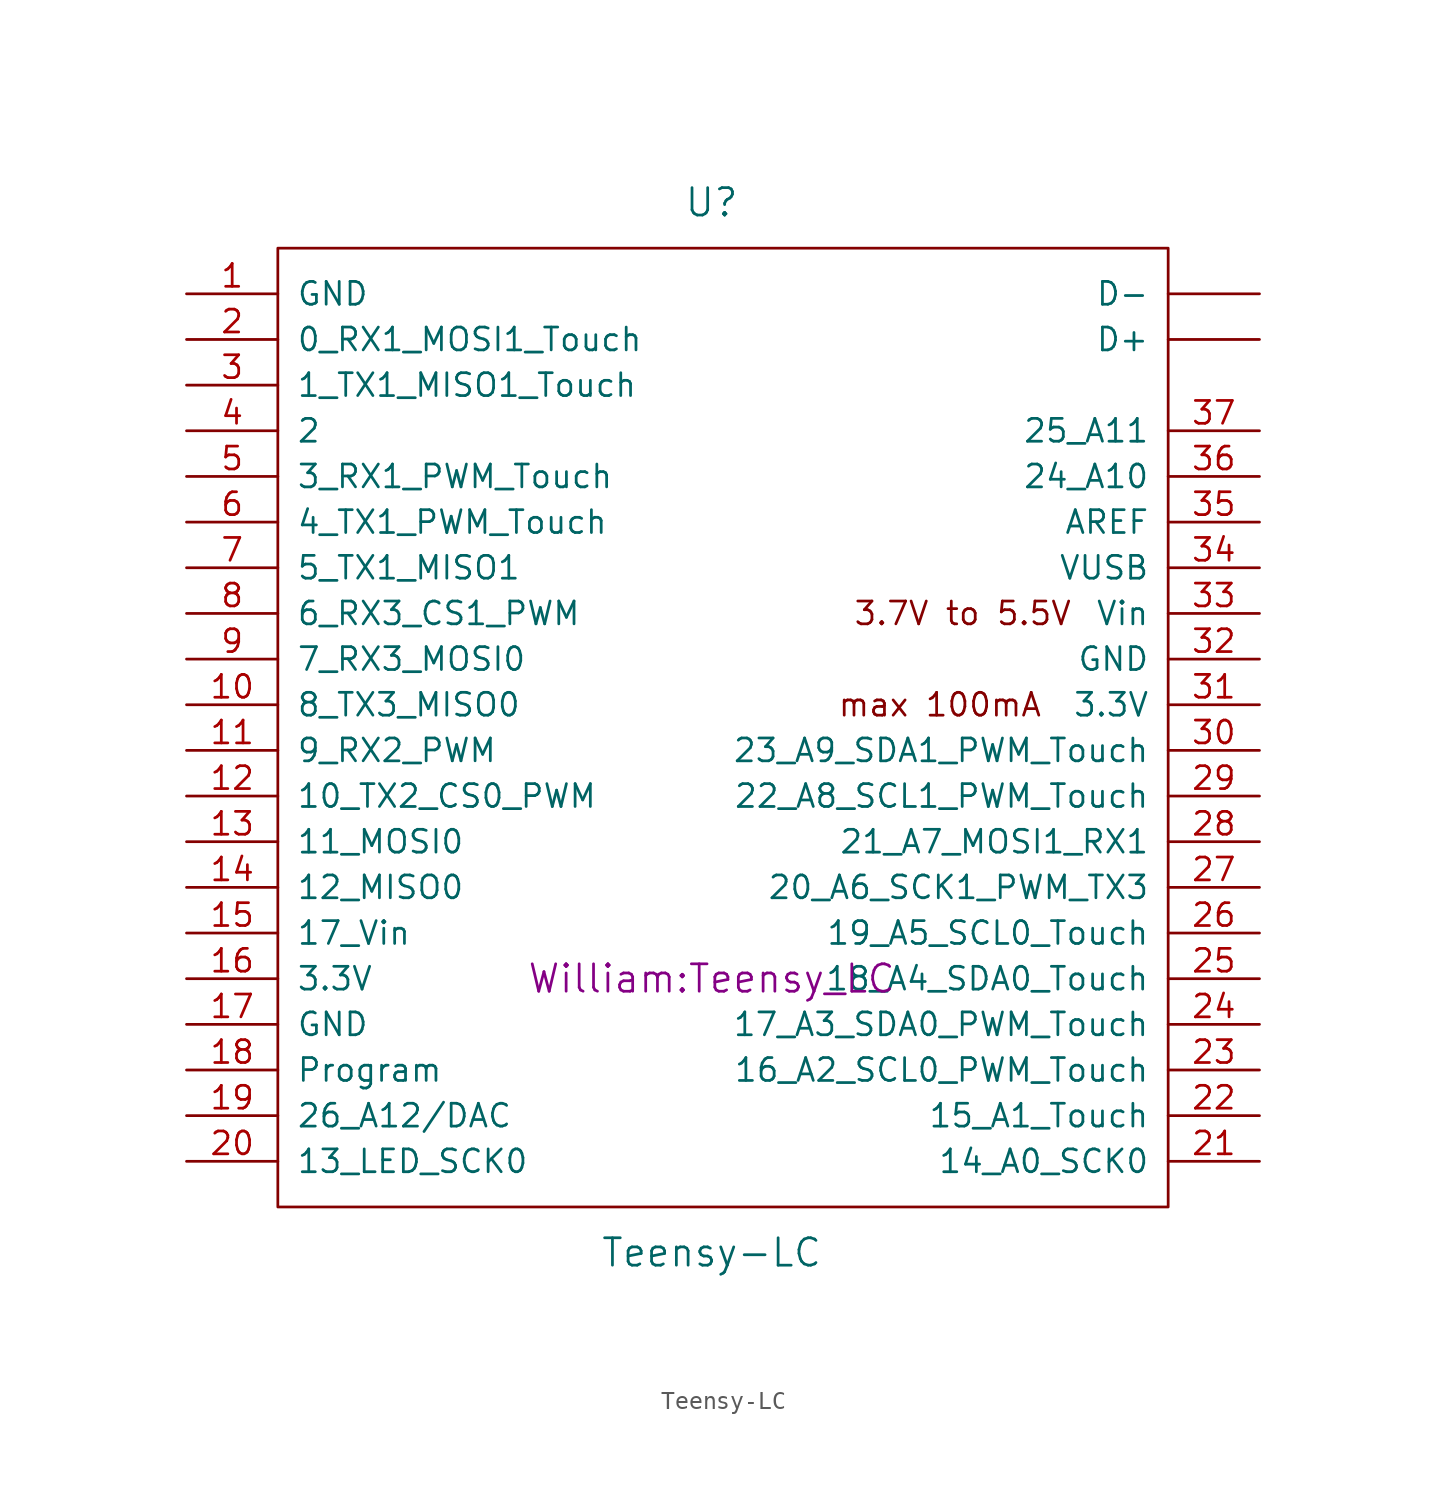
<source format=kicad_sym>
(kicad_symbol_lib
  (version 20211014)
  (generator kicad_symbol_editor)
  (symbol "Teensy-LC"
    (pin_names
      (offset 1.016))
    (property "Reference" "U"
      (at 0 29.21 0)
      (effects (font (size 1.524 1.524))))
    (property "Value" "Teensy-LC"
      (at 0 -29.21 0)
      (effects (font (size 1.524 1.524))))
    (property "Footprint" "William:Teensy_LC"
      (at 0 -13.97 0)
      (effects (font (size 1.524 1.524))))
    (property "Datasheet" ""
      (at 0 -13.97 0)
      (effects (font (size 1.524 1.524))))
    (symbol "Teensy-LC_0_0"
      (text "3.7V to 5.5V" (at 13.97 6.35 0) (effects (font (size 1.27 1.27))))
      (text "max 100mA" (at 12.7 1.27 0) (effects (font (size 1.27 1.27)))))
    (symbol "Teensy-LC_0_1"
      (rectangle (start -24.13 26.67) (end 25.4 -26.67) (stroke (width 0) (type default) (color 0 0 0 0)) (fill (type none))))
    (symbol "Teensy-LC_1_1"
      (pin power_in line (at -29.21 24.13 0) (length 5.08) (name "GND" (effects (font (size 1.27 1.27)))) (number "1" (effects (font (size 1.27 1.27)))))
      (pin bidirectional line (at -29.21 1.27 0) (length 5.08) (name "8_TX3_MISO0" (effects (font (size 1.27 1.27)))) (number "10" (effects (font (size 1.27 1.27)))))
      (pin bidirectional line (at -29.21 -1.27 0) (length 5.08) (name "9_RX2_PWM" (effects (font (size 1.27 1.27)))) (number "11" (effects (font (size 1.27 1.27)))))
      (pin bidirectional line (at -29.21 -3.81 0) (length 5.08) (name "10_TX2_CS0_PWM" (effects (font (size 1.27 1.27)))) (number "12" (effects (font (size 1.27 1.27)))))
      (pin bidirectional line (at -29.21 -6.35 0) (length 5.08) (name "11_MOSI0" (effects (font (size 1.27 1.27)))) (number "13" (effects (font (size 1.27 1.27)))))
      (pin bidirectional line (at -29.21 -8.89 0) (length 5.08) (name "12_MISO0" (effects (font (size 1.27 1.27)))) (number "14" (effects (font (size 1.27 1.27)))))
      (pin output line (at -29.21 -11.43 0) (length 5.08) (name "17_Vin" (effects (font (size 1.27 1.27)))) (number "15" (effects (font (size 1.27 1.27)))))
      (pin power_in line (at -29.21 -13.97 0) (length 5.08) (name "3.3V" (effects (font (size 1.27 1.27)))) (number "16" (effects (font (size 1.27 1.27)))))
      (pin power_in line (at -29.21 -16.51 0) (length 5.08) (name "GND" (effects (font (size 1.27 1.27)))) (number "17" (effects (font (size 1.27 1.27)))))
      (pin input line (at -29.21 -19.05 0) (length 5.08) (name "Program" (effects (font (size 1.27 1.27)))) (number "18" (effects (font (size 1.27 1.27)))))
      (pin bidirectional line (at -29.21 -21.59 0) (length 5.08) (name "26_A12/DAC" (effects (font (size 1.27 1.27)))) (number "19" (effects (font (size 1.27 1.27)))))
      (pin bidirectional line (at -29.21 21.59 0) (length 5.08) (name "0_RX1_MOSI1_Touch" (effects (font (size 1.27 1.27)))) (number "2" (effects (font (size 1.27 1.27)))))
      (pin bidirectional line (at -29.21 -24.13 0) (length 5.08) (name "13_LED_SCK0" (effects (font (size 1.27 1.27)))) (number "20" (effects (font (size 1.27 1.27)))))
      (pin bidirectional line (at 30.48 -24.13 180) (length 5.08) (name "14_A0_SCK0" (effects (font (size 1.27 1.27)))) (number "21" (effects (font (size 1.27 1.27)))))
      (pin bidirectional line (at 30.48 -21.59 180) (length 5.08) (name "15_A1_Touch" (effects (font (size 1.27 1.27)))) (number "22" (effects (font (size 1.27 1.27)))))
      (pin bidirectional line (at 30.48 -19.05 180) (length 5.08) (name "16_A2_SCL0_PWM_Touch" (effects (font (size 1.27 1.27)))) (number "23" (effects (font (size 1.27 1.27)))))
      (pin bidirectional line (at 30.48 -16.51 180) (length 5.08) (name "17_A3_SDA0_PWM_Touch" (effects (font (size 1.27 1.27)))) (number "24" (effects (font (size 1.27 1.27)))))
      (pin bidirectional line (at 30.48 -13.97 180) (length 5.08) (name "18_A4_SDA0_Touch" (effects (font (size 1.27 1.27)))) (number "25" (effects (font (size 1.27 1.27)))))
      (pin bidirectional line (at 30.48 -11.43 180) (length 5.08) (name "19_A5_SCL0_Touch" (effects (font (size 1.27 1.27)))) (number "26" (effects (font (size 1.27 1.27)))))
      (pin bidirectional line (at 30.48 -8.89 180) (length 5.08) (name "20_A6_SCK1_PWM_TX3" (effects (font (size 1.27 1.27)))) (number "27" (effects (font (size 1.27 1.27)))))
      (pin bidirectional line (at 30.48 -6.35 180) (length 5.08) (name "21_A7_MOSI1_RX1" (effects (font (size 1.27 1.27)))) (number "28" (effects (font (size 1.27 1.27)))))
      (pin bidirectional line (at 30.48 -3.81 180) (length 5.08) (name "22_A8_SCL1_PWM_Touch" (effects (font (size 1.27 1.27)))) (number "29" (effects (font (size 1.27 1.27)))))
      (pin bidirectional line (at -29.21 19.05 0) (length 5.08) (name "1_TX1_MISO1_Touch" (effects (font (size 1.27 1.27)))) (number "3" (effects (font (size 1.27 1.27)))))
      (pin bidirectional line (at 30.48 -1.27 180) (length 5.08) (name "23_A9_SDA1_PWM_Touch" (effects (font (size 1.27 1.27)))) (number "30" (effects (font (size 1.27 1.27)))))
      (pin power_out line (at 30.48 1.27 180) (length 5.08) (name "3.3V" (effects (font (size 1.27 1.27)))) (number "31" (effects (font (size 1.27 1.27)))))
      (pin power_in line (at 30.48 3.81 180) (length 5.08) (name "GND" (effects (font (size 1.27 1.27)))) (number "32" (effects (font (size 1.27 1.27)))))
      (pin power_in line (at 30.48 6.35 180) (length 5.08) (name "Vin" (effects (font (size 1.27 1.27)))) (number "33" (effects (font (size 1.27 1.27)))))
      (pin power_in line (at 30.48 8.89 180) (length 5.08) (name "VUSB" (effects (font (size 1.27 1.27)))) (number "34" (effects (font (size 1.27 1.27)))))
      (pin input line (at 30.48 11.43 180) (length 5.08) (name "AREF" (effects (font (size 1.27 1.27)))) (number "35" (effects (font (size 1.27 1.27)))))
      (pin bidirectional line (at 30.48 13.97 180) (length 5.08) (name "24_A10" (effects (font (size 1.27 1.27)))) (number "36" (effects (font (size 1.27 1.27)))))
      (pin bidirectional line (at 30.48 16.51 180) (length 5.08) (name "25_A11" (effects (font (size 1.27 1.27)))) (number "37" (effects (font (size 1.27 1.27)))))
      (pin bidirectional line (at -29.21 16.51 0) (length 5.08) (name "2" (effects (font (size 1.27 1.27)))) (number "4" (effects (font (size 1.27 1.27)))))
      (pin bidirectional line (at -29.21 13.97 0) (length 5.08) (name "3_RX1_PWM_Touch" (effects (font (size 1.27 1.27)))) (number "5" (effects (font (size 1.27 1.27)))))
      (pin bidirectional line (at -29.21 11.43 0) (length 5.08) (name "4_TX1_PWM_Touch" (effects (font (size 1.27 1.27)))) (number "6" (effects (font (size 1.27 1.27)))))
      (pin bidirectional line (at -29.21 8.89 0) (length 5.08) (name "5_TX1_MISO1" (effects (font (size 1.27 1.27)))) (number "7" (effects (font (size 1.27 1.27)))))
      (pin bidirectional line (at -29.21 6.35 0) (length 5.08) (name "6_RX3_CS1_PWM" (effects (font (size 1.27 1.27)))) (number "8" (effects (font (size 1.27 1.27)))))
      (pin bidirectional line (at -29.21 3.81 0) (length 5.08) (name "7_RX3_MOSI0" (effects (font (size 1.27 1.27)))) (number "9" (effects (font (size 1.27 1.27)))))
      (pin bidirectional line (at 30.48 21.59 180) (length 5.08) (name "D+" (effects (font (size 1.27 1.27)))) (number "~" (effects (font (size 1.27 1.27)))))
      (pin bidirectional line (at 30.48 24.13 180) (length 5.08) (name "D-" (effects (font (size 1.27 1.27)))) (number "~" (effects (font (size 1.27 1.27))))))))
</source>
